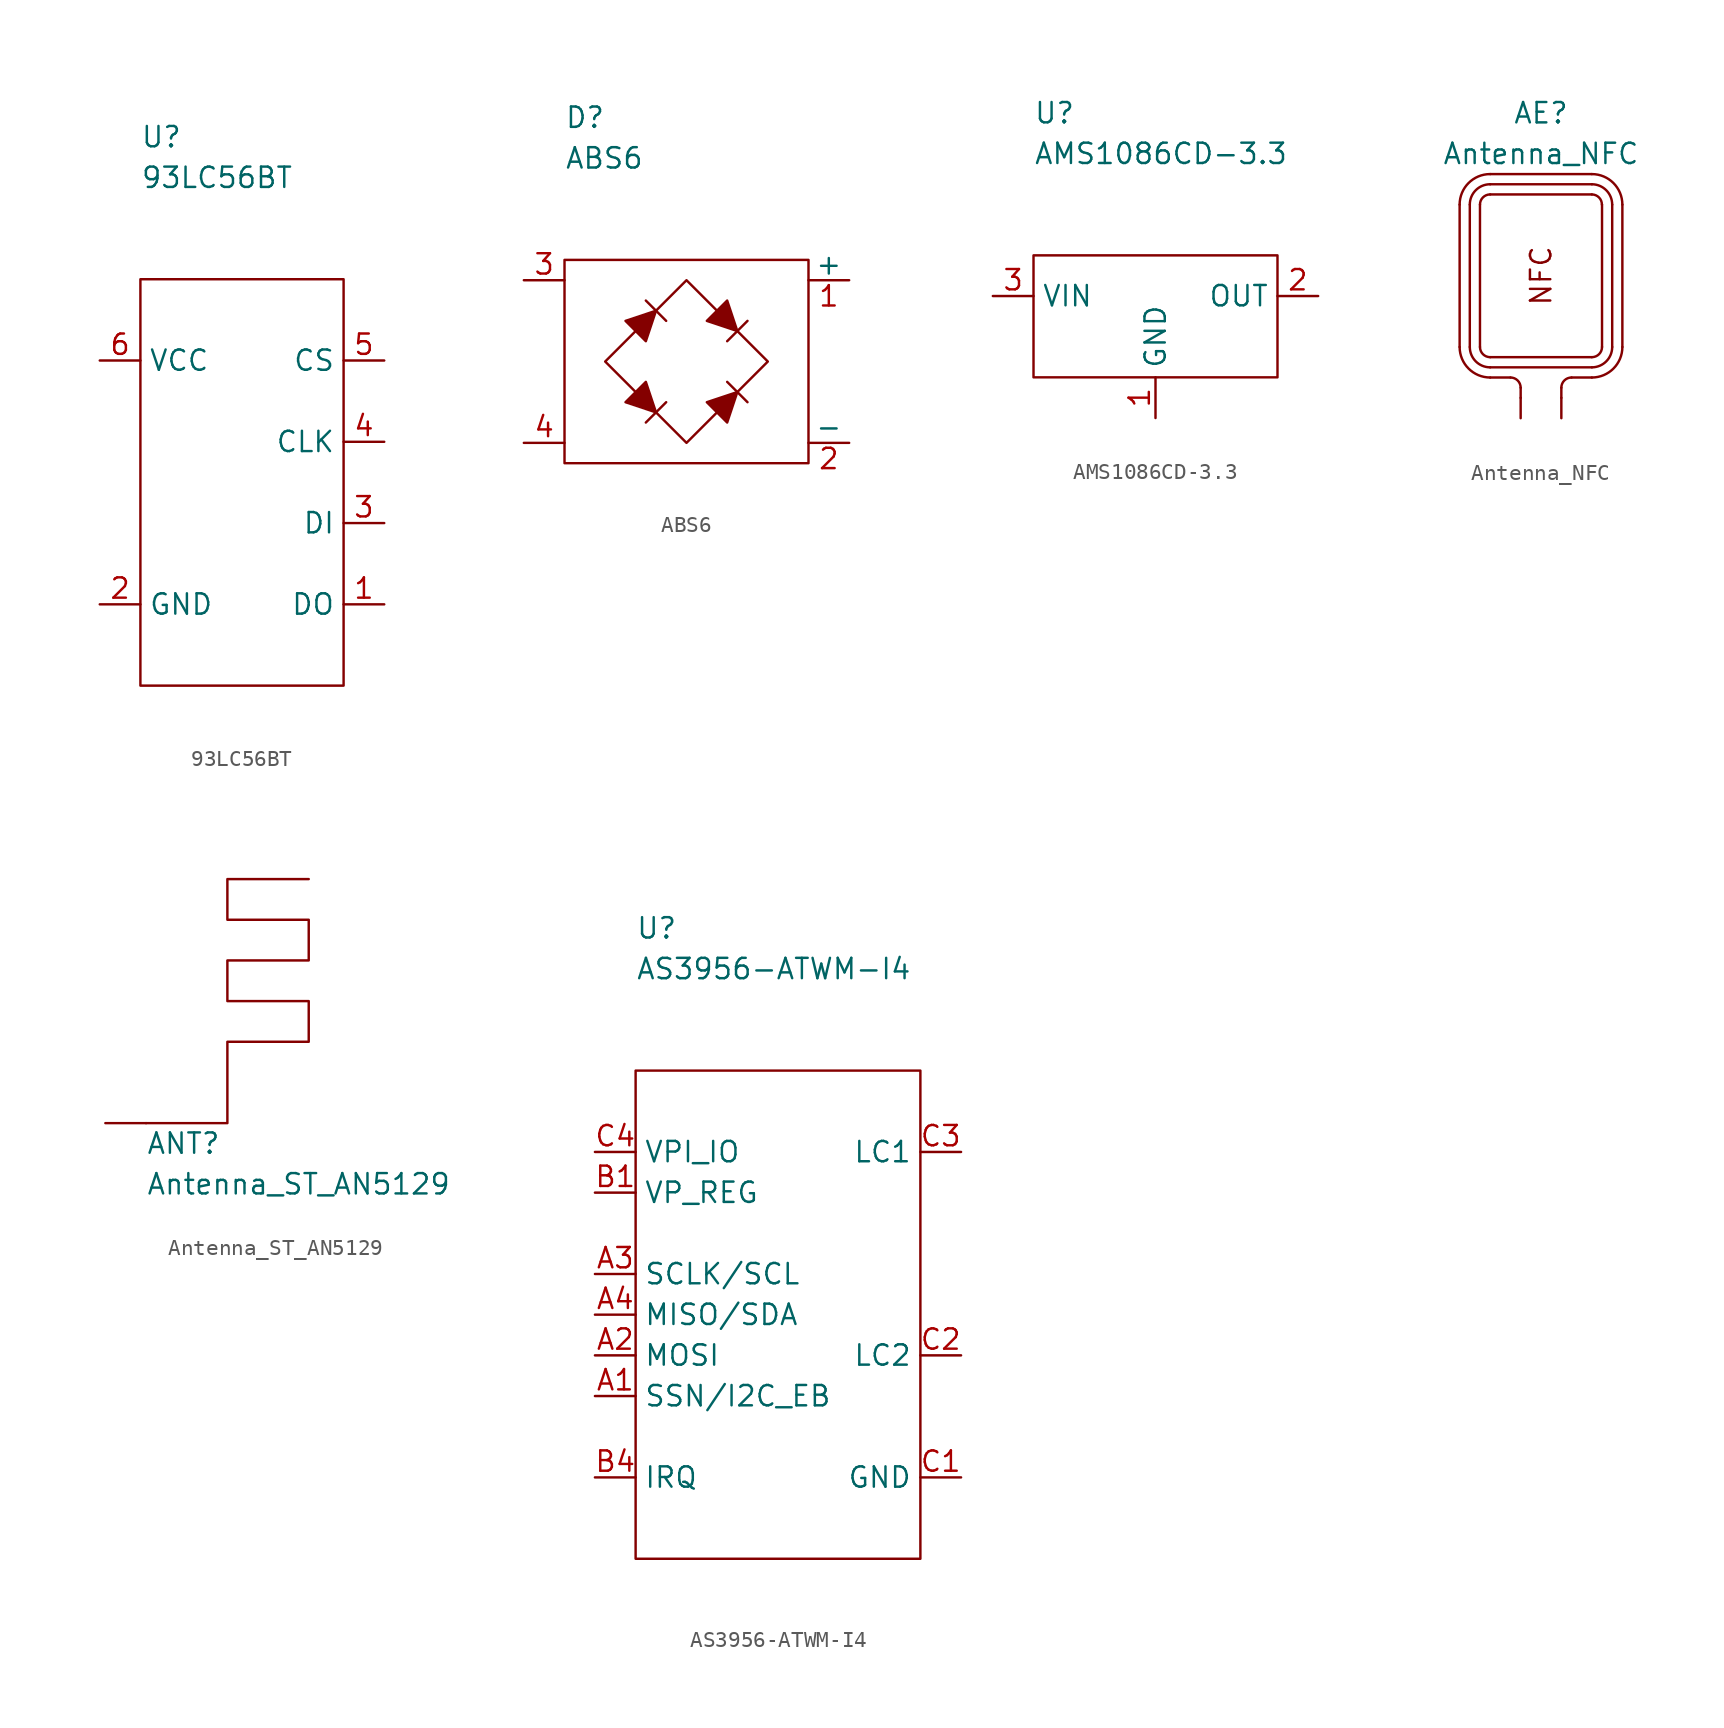
<source format=kicad_sym>
(kicad_symbol_lib
  (version 20211014)
  (generator kicad_symbol_editor)
  (symbol "93LC56BT"
    (property "Reference" "U"
      (at 0 8.89 0)
      (effects (font (size 1.27 1.27)) (justify left)))
    (property "Value" "93LC56BT"
      (at 0 6.35 0)
      (effects (font (size 1.27 1.27)) (justify left)))
    (symbol "93LC56BT_0_1"
      (rectangle (start 0 0) (end 12.7 -25.4) (stroke (width 0.152) (type default) (color 0 0 0 0)) (fill (type none))))
    (symbol "93LC56BT_1_1"
      (pin passive line (at 15.24 -20.32 180) (length 2.54) (name "DO" (effects (font (size 1.27 1.27)))) (number "1" (effects (font (size 1.27 1.27)))))
      (pin passive line (at -2.54 -20.32 0) (length 2.54) (name "GND" (effects (font (size 1.27 1.27)))) (number "2" (effects (font (size 1.27 1.27)))))
      (pin passive line (at 15.24 -15.24 180) (length 2.54) (name "DI" (effects (font (size 1.27 1.27)))) (number "3" (effects (font (size 1.27 1.27)))))
      (pin passive line (at 15.24 -10.16 180) (length 2.54) (name "CLK" (effects (font (size 1.27 1.27)))) (number "4" (effects (font (size 1.27 1.27)))))
      (pin passive line (at 15.24 -5.08 180) (length 2.54) (name "CS" (effects (font (size 1.27 1.27)))) (number "5" (effects (font (size 1.27 1.27)))))
      (pin passive line (at -2.54 -5.08 0) (length 2.54) (name "VCC" (effects (font (size 1.27 1.27)))) (number "6" (effects (font (size 1.27 1.27)))))))
  (symbol "ABS6"
    (pin_names
      (offset 0))
    (property "Reference" "D"
      (at 0 7.62 0)
      (effects (font (size 1.27 1.27)) (justify left)))
    (property "Value" "ABS6"
      (at 0 5.08 0)
      (effects (font (size 1.27 1.27)) (justify left)))
    (symbol "ABS6_0_1"
      (rectangle (start 0 -1.27) (end 15.24 -13.97) (stroke (width 0.152) (type default) (color 0 0 0 0)) (fill (type none)))
      (polyline (pts (xy 5.08 -3.81) (xy 6.35 -5.08)) (stroke (width 0) (type default) (color 0 0 0 0)) (fill (type none)))
      (polyline (pts (xy 6.35 -10.16) (xy 5.08 -11.43)) (stroke (width 0) (type default) (color 0 0 0 0)) (fill (type none)))
      (polyline (pts (xy 10.16 -8.89) (xy 11.43 -10.16)) (stroke (width 0) (type default) (color 0 0 0 0)) (fill (type none)))
      (polyline (pts (xy 10.16 -6.35) (xy 11.43 -5.08)) (stroke (width 0) (type default) (color 0 0 0 0)) (fill (type none)))
      (polyline (pts (xy 3.81 -5.08) (xy 5.08 -6.35) (xy 5.715 -4.445) (xy 3.81 -5.08)) (stroke (width 0) (type default) (color 0 0 0 0)) (fill (type outline)))
      (polyline (pts (xy 5.08 -8.89) (xy 3.81 -10.16) (xy 5.715 -10.795) (xy 5.08 -8.89)) (stroke (width 0) (type default) (color 0 0 0 0)) (fill (type outline)))
      (polyline (pts (xy 8.89 -5.08) (xy 10.16 -3.81) (xy 10.795 -5.715) (xy 8.89 -5.08)) (stroke (width 0) (type default) (color 0 0 0 0)) (fill (type outline)))
      (polyline (pts (xy 10.795 -9.525) (xy 8.89 -10.16) (xy 10.16 -11.43) (xy 10.795 -9.525)) (stroke (width 0) (type default) (color 0 0 0 0)) (fill (type outline)))
      (polyline (pts (xy 2.54 -7.62) (xy 7.62 -12.7) (xy 12.7 -7.62) (xy 7.62 -2.54) (xy 2.54 -7.62)) (stroke (width 0) (type default) (color 0 0 0 0)) (fill (type none))))
    (symbol "ABS6_1_1"
      (pin passive line (at 17.78 -2.54 180) (length 2.54) (name "+" (effects (font (size 1.27 1.27)))) (number "1" (effects (font (size 1.27 1.27)))))
      (pin passive line (at 17.78 -12.7 180) (length 2.54) (name "-" (effects (font (size 1.27 1.27)))) (number "2" (effects (font (size 1.27 1.27)))))
      (pin passive line (at -2.54 -2.54 0) (length 2.54) (name "~" (effects (font (size 1.27 1.27)))) (number "3" (effects (font (size 1.27 1.27)))))
      (pin passive line (at -2.54 -12.7 0) (length 2.54) (name "~" (effects (font (size 1.27 1.27)))) (number "4" (effects (font (size 1.27 1.27)))))))
  (symbol "AMS1086CD-3.3"
    (property "Reference" "U"
      (at -10.16 13.97 0)
      (effects (font (size 1.27 1.27)) (justify left)))
    (property "Value" "AMS1086CD-3.3"
      (at -10.16 11.43 0)
      (effects (font (size 1.27 1.27)) (justify left)))
    (symbol "AMS1086CD-3.3_0_1"
      (rectangle (start -10.16 5.08) (end 5.08 -2.54) (stroke (width 0.152) (type default) (color 0 0 0 0)) (fill (type none))))
    (symbol "AMS1086CD-3.3_1_1"
      (pin passive line (at -2.54 -5.08 90) (length 2.54) (name "GND" (effects (font (size 1.27 1.27)))) (number "1" (effects (font (size 1.27 1.27)))))
      (pin passive line (at 7.62 2.54 180) (length 2.54) (name "OUT" (effects (font (size 1.27 1.27)))) (number "2" (effects (font (size 1.27 1.27)))))
      (pin passive line (at -12.7 2.54 0) (length 2.54) (name "VIN" (effects (font (size 1.27 1.27)))) (number "3" (effects (font (size 1.27 1.27)))))))
  (symbol "Antenna_NFC"
    (pin_numbers hide)
    (pin_names
      (offset 1.016) hide)
    (property "Reference" "AE"
      (at 1.27 19.05 0)
      (effects (font (size 1.27 1.27))))
    (property "Value" "Antenna_NFC"
      (at 1.27 16.51 0)
      (effects (font (size 1.27 1.27))))
    (symbol "Antenna_NFC_0_0"
      (text "NFC" (at 1.27 8.89 900) (effects (font (size 1.27 1.27)))))
    (symbol "Antenna_NFC_0_1"
      (arc (start -3.81 4.445) (mid -3.252 3.098) (end -1.905 2.54) (stroke (width 0.1524) (type default) (color 0 0 0 0)) (fill (type none)))
      (arc (start -3.175 4.445) (mid -2.803 3.547) (end -1.905 3.175) (stroke (width 0.1524) (type default) (color 0 0 0 0)) (fill (type none)))
      (arc (start -2.54 4.445) (mid -2.354 3.996) (end -1.905 3.81) (stroke (width 0.1524) (type default) (color 0 0 0 0)) (fill (type none)))
      (arc (start -1.905 13.97) (mid -2.354 13.784) (end -2.54 13.335) (stroke (width 0.1524) (type default) (color 0 0 0 0)) (fill (type none)))
      (arc (start -1.905 14.605) (mid -2.803 14.233) (end -3.175 13.335) (stroke (width 0.1524) (type default) (color 0 0 0 0)) (fill (type none)))
      (arc (start -1.905 15.24) (mid -3.252 14.682) (end -3.81 13.335) (stroke (width 0.1524) (type default) (color 0 0 0 0)) (fill (type none)))
      (polyline (pts (xy -3.81 13.335) (xy -3.81 4.445)) (stroke (width 0.152) (type default) (color 0 0 0 0)) (fill (type none)))
      (polyline (pts (xy -3.175 13.335) (xy -3.175 4.445)) (stroke (width 0.152) (type default) (color 0 0 0 0)) (fill (type none)))
      (polyline (pts (xy -2.54 13.335) (xy -2.54 4.445)) (stroke (width 0.152) (type default) (color 0 0 0 0)) (fill (type none)))
      (polyline (pts (xy -1.905 2.54) (xy -0.635 2.54)) (stroke (width 0.152) (type default) (color 0 0 0 0)) (fill (type none)))
      (polyline (pts (xy -1.905 3.175) (xy 4.445 3.175)) (stroke (width 0.152) (type default) (color 0 0 0 0)) (fill (type none)))
      (polyline (pts (xy -1.905 3.81) (xy 4.445 3.81)) (stroke (width 0.152) (type default) (color 0 0 0 0)) (fill (type none)))
      (polyline (pts (xy -1.905 13.97) (xy 4.445 13.97)) (stroke (width 0.152) (type default) (color 0 0 0 0)) (fill (type none)))
      (polyline (pts (xy -1.905 14.605) (xy 4.445 14.605)) (stroke (width 0.152) (type default) (color 0 0 0 0)) (fill (type none)))
      (polyline (pts (xy -1.905 15.24) (xy 4.445 15.24)) (stroke (width 0.152) (type default) (color 0 0 0 0)) (fill (type none)))
      (polyline (pts (xy 0 1.27) (xy 0 1.905)) (stroke (width 0.152) (type default) (color 0 0 0 0)) (fill (type none)))
      (polyline (pts (xy 2.54 1.27) (xy 2.54 1.905)) (stroke (width 0.152) (type default) (color 0 0 0 0)) (fill (type none)))
      (polyline (pts (xy 3.175 2.54) (xy 4.445 2.54)) (stroke (width 0.152) (type default) (color 0 0 0 0)) (fill (type none)))
      (polyline (pts (xy 5.08 4.445) (xy 5.08 13.335)) (stroke (width 0.152) (type default) (color 0 0 0 0)) (fill (type none)))
      (polyline (pts (xy 5.715 4.445) (xy 5.715 13.335)) (stroke (width 0.152) (type default) (color 0 0 0 0)) (fill (type none)))
      (polyline (pts (xy 6.35 4.445) (xy 6.35 13.335)) (stroke (width 0.152) (type default) (color 0 0 0 0)) (fill (type none)))
      (arc (start 0 1.905) (mid -0.186 2.354) (end -0.635 2.54) (stroke (width 0.1524) (type default) (color 0 0 0 0)) (fill (type none)))
      (arc (start 3.175 2.54) (mid 2.726 2.354) (end 2.54 1.905) (stroke (width 0.1524) (type default) (color 0 0 0 0)) (fill (type none)))
      (arc (start 4.445 2.54) (mid 5.792 3.098) (end 6.35 4.445) (stroke (width 0.1524) (type default) (color 0 0 0 0)) (fill (type none)))
      (arc (start 4.445 3.175) (mid 5.343 3.547) (end 5.715 4.445) (stroke (width 0.1524) (type default) (color 0 0 0 0)) (fill (type none)))
      (arc (start 4.445 3.81) (mid 4.894 3.996) (end 5.08 4.445) (stroke (width 0.1524) (type default) (color 0 0 0 0)) (fill (type none)))
      (arc (start 5.08 13.335) (mid 4.894 13.784) (end 4.445 13.97) (stroke (width 0.1524) (type default) (color 0 0 0 0)) (fill (type none)))
      (arc (start 5.715 13.335) (mid 5.343 14.233) (end 4.445 14.605) (stroke (width 0.1524) (type default) (color 0 0 0 0)) (fill (type none)))
      (arc (start 6.35 13.335) (mid 5.792 14.682) (end 4.445 15.24) (stroke (width 0.1524) (type default) (color 0 0 0 0)) (fill (type none))))
    (symbol "Antenna_NFC_1_1"
      (pin passive line (at 0 0 90) (length 1.27) (name "~" (effects (font (size 1.27 1.27)))) (number "1" (effects (font (size 1.27 1.27)))))
      (pin passive line (at 2.54 0 90) (length 1.27) (name "~" (effects (font (size 1.27 1.27)))) (number "1" (effects (font (size 1.27 1.27)))))))
  (symbol "Antenna_ST_AN5129"
    (pin_numbers hide)
    (pin_names
      (offset 0.254))
    (property "Reference" "ANT"
      (at 0 -1.27 0)
      (effects (font (size 1.27 1.27)) (justify left)))
    (property "Value" "Antenna_ST_AN5129"
      (at 0 -3.81 0)
      (effects (font (size 1.27 1.27)) (justify left)))
    (symbol "Antenna_ST_AN5129_0_1"
      (polyline (pts (xy 0 0) (xy 5.08 0) (xy 5.08 5.08) (xy 10.16 5.08) (xy 10.16 7.62) (xy 5.08 7.62) (xy 5.08 10.16) (xy 10.16 10.16) (xy 10.16 12.7) (xy 5.08 12.7) (xy 5.08 15.24) (xy 10.16 15.24)) (stroke (width 0) (type default) (color 0 0 0 0)) (fill (type none))))
    (symbol "Antenna_ST_AN5129_1_1"
      (pin passive line (at -2.54 0 0) (length 2.54) (name "~" (effects (font (size 1.27 1.27)))) (number "1" (effects (font (size 1.27 1.27)))))))
  (symbol "AS3956-ATWM-I4"
    (property "Reference" "U"
      (at 0 8.89 0)
      (effects (font (size 1.27 1.27)) (justify left)))
    (property "Value" "AS3956-ATWM-I4"
      (at 0 6.35 0)
      (effects (font (size 1.27 1.27)) (justify left)))
    (symbol "AS3956-ATWM-I4_0_1"
      (rectangle (start 0 0) (end 17.78 -30.48) (stroke (width 0.152) (type default) (color 0 0 0 0)) (fill (type none))))
    (symbol "AS3956-ATWM-I4_1_1"
      (pin passive line (at -2.54 -20.32 0) (length 2.54) (name "SSN/I2C_EB" (effects (font (size 1.27 1.27)))) (number "A1" (effects (font (size 1.27 1.27)))))
      (pin passive line (at -2.54 -17.78 0) (length 2.54) (name "MOSI" (effects (font (size 1.27 1.27)))) (number "A2" (effects (font (size 1.27 1.27)))))
      (pin passive line (at -2.54 -12.7 0) (length 2.54) (name "SCLK/SCL" (effects (font (size 1.27 1.27)))) (number "A3" (effects (font (size 1.27 1.27)))))
      (pin passive line (at -2.54 -15.24 0) (length 2.54) (name "MISO/SDA" (effects (font (size 1.27 1.27)))) (number "A4" (effects (font (size 1.27 1.27)))))
      (pin passive line (at -2.54 -7.62 0) (length 2.54) (name "VP_REG" (effects (font (size 1.27 1.27)))) (number "B1" (effects (font (size 1.27 1.27)))))
      (pin passive line (at -2.54 -25.4 0) (length 2.54) (name "IRQ" (effects (font (size 1.27 1.27)))) (number "B4" (effects (font (size 1.27 1.27)))))
      (pin passive line (at 20.32 -25.4 180) (length 2.54) (name "GND" (effects (font (size 1.27 1.27)))) (number "C1" (effects (font (size 1.27 1.27)))))
      (pin passive line (at 20.32 -17.78 180) (length 2.54) (name "LC2" (effects (font (size 1.27 1.27)))) (number "C2" (effects (font (size 1.27 1.27)))))
      (pin passive line (at 20.32 -5.08 180) (length 2.54) (name "LC1" (effects (font (size 1.27 1.27)))) (number "C3" (effects (font (size 1.27 1.27)))))
      (pin passive line (at -2.54 -5.08 0) (length 2.54) (name "VPI_IO" (effects (font (size 1.27 1.27)))) (number "C4" (effects (font (size 1.27 1.27))))))))
</source>
